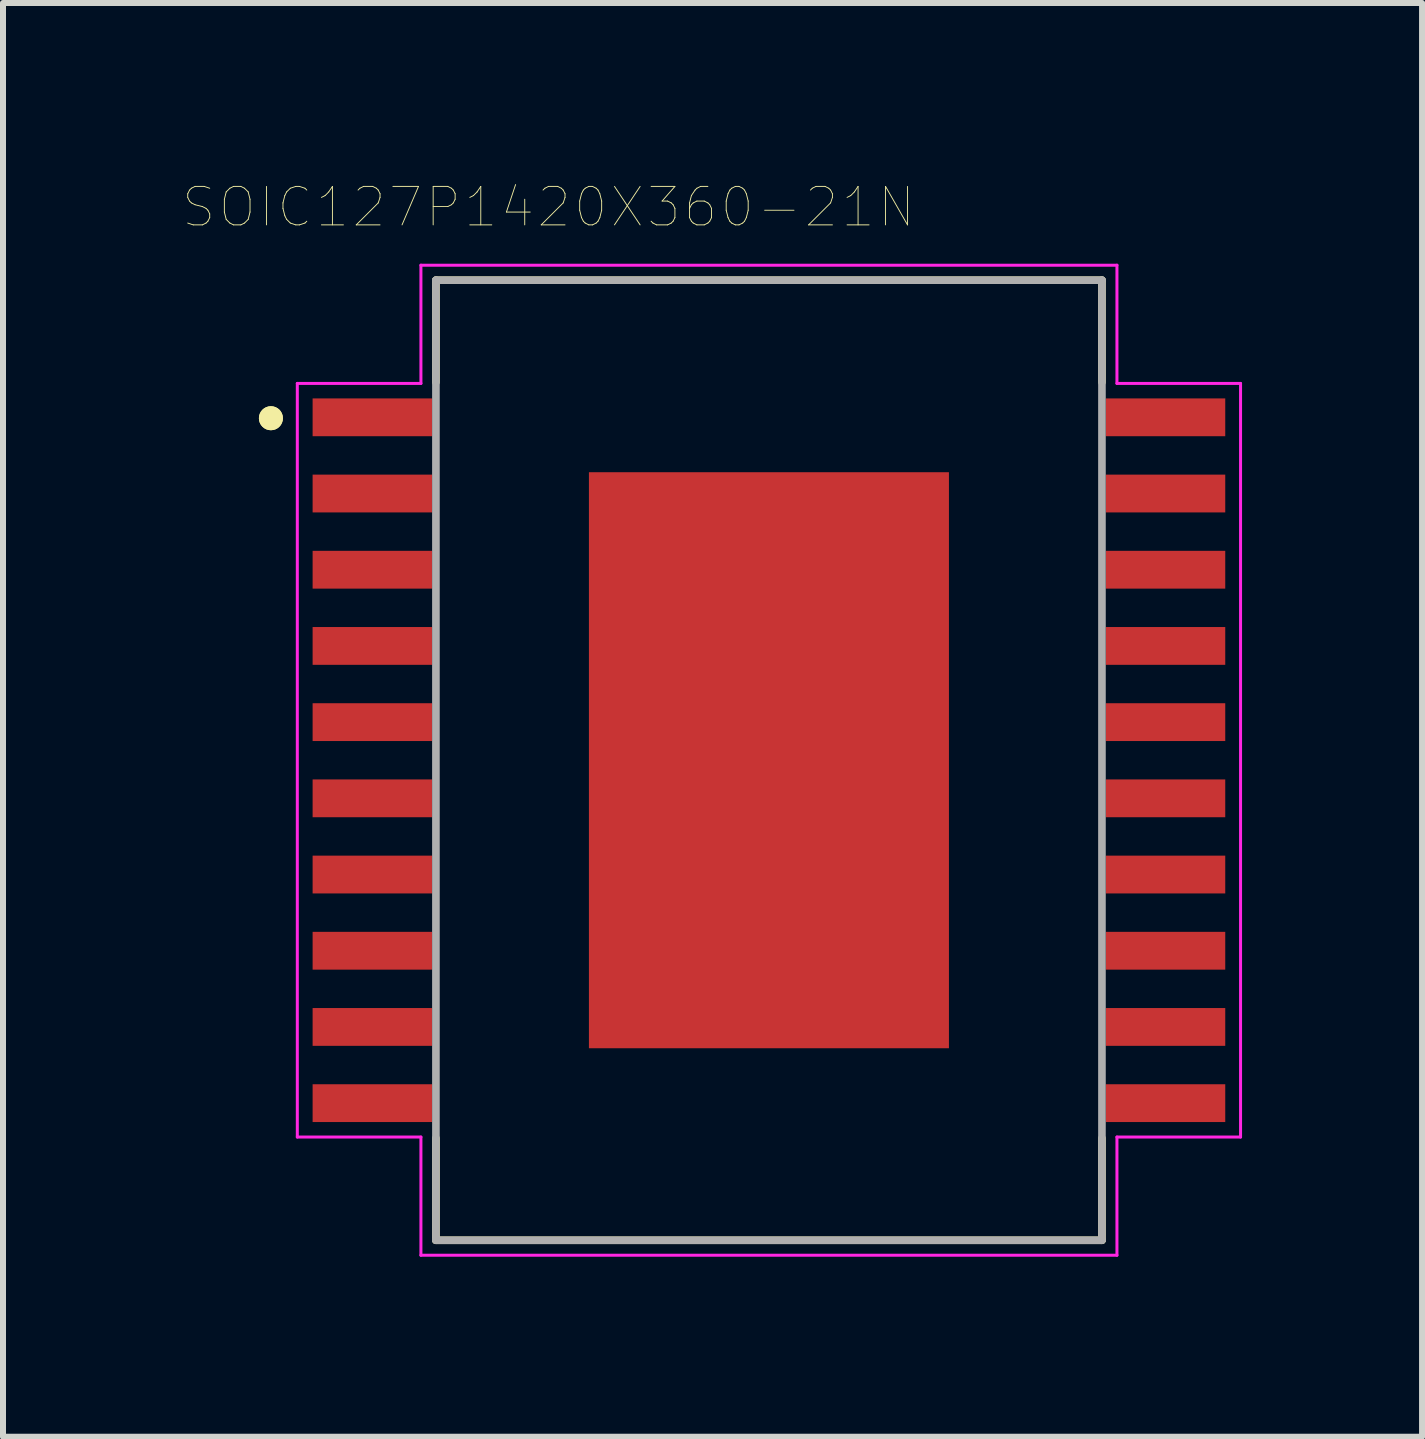
<source format=kicad_pcb>
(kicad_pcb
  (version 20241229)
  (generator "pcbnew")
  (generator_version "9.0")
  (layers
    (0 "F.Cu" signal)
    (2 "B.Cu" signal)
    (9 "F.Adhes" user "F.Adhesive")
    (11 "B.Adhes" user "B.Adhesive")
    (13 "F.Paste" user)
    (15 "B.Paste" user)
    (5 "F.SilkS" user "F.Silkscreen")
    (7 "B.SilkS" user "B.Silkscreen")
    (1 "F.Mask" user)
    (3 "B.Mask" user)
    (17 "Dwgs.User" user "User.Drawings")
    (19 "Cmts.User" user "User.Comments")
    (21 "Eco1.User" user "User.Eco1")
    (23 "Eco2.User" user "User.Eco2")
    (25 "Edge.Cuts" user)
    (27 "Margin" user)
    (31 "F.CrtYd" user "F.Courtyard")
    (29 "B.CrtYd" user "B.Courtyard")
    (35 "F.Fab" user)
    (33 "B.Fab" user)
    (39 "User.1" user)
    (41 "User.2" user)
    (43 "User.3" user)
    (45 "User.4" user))
  (footprint "SOIC127P1420X360-21N"
    (layer "F.Cu")
    (at 9.765 9.62)
    (property "Reference" "SOIC127P1420X360-21N" (at -3.673 -9.218 0) (layer "F.SilkS") (effects (font (size 0.641 0.641) (thickness 0.015))))
    (attr through_hole)
    (fp_line (start -5.55 -8) (end 5.55 -8) (stroke (width 0.127) (type solid)) (layer "F.SilkS"))
    (fp_line (start -5.55 -6.3) (end -5.55 -8) (stroke (width 0.127) (type solid)) (layer "F.SilkS"))
    (fp_line (start -5.55 6.3) (end -5.55 8) (stroke (width 0.127) (type solid)) (layer "F.SilkS"))
    (fp_line (start -5.55 8) (end 5.55 8) (stroke (width 0.127) (type solid)) (layer "F.SilkS"))
    (fp_line (start 5.55 -8) (end 5.55 -6.3) (stroke (width 0.127) (type solid)) (layer "F.SilkS"))
    (fp_line (start 5.55 8) (end 5.55 6.3) (stroke (width 0.127) (type solid)) (layer "F.SilkS"))
    (fp_circle (center -8.3 -5.7) (end -8.2 -5.7) (stroke (width 0.2) (type solid)) (fill no) (layer "F.SilkS"))
    (fp_circle (center -8.3 -5.7) (end -8.2 -5.7) (stroke (width 0.2) (type solid)) (fill no) (layer "F.SilkS"))
    (fp_poly (pts (xy -1.901 -3) (xy 1.9 -3) (xy 1.9 3.001) (xy -1.901 3.001)) (stroke (width 0.01) (type solid)) (fill yes) (layer "F.Paste"))
    (fp_line (start -7.86 -6.28) (end -5.8 -6.28) (stroke (width 0.05) (type solid)) (layer "F.CrtYd"))
    (fp_line (start -7.86 6.28) (end -7.86 -6.28) (stroke (width 0.05) (type solid)) (layer "F.CrtYd"))
    (fp_line (start -5.8 -8.25) (end 5.8 -8.25) (stroke (width 0.05) (type solid)) (layer "F.CrtYd"))
    (fp_line (start -5.8 -6.28) (end -5.8 -8.25) (stroke (width 0.05) (type solid)) (layer "F.CrtYd"))
    (fp_line (start -5.8 6.28) (end -7.86 6.28) (stroke (width 0.05) (type solid)) (layer "F.CrtYd"))
    (fp_line (start -5.8 8.25) (end -5.8 6.28) (stroke (width 0.05) (type solid)) (layer "F.CrtYd"))
    (fp_line (start 5.8 -8.25) (end 5.8 -6.28) (stroke (width 0.05) (type solid)) (layer "F.CrtYd"))
    (fp_line (start 5.8 -6.28) (end 7.86 -6.28) (stroke (width 0.05) (type solid)) (layer "F.CrtYd"))
    (fp_line (start 5.8 6.28) (end 5.8 8.25) (stroke (width 0.05) (type solid)) (layer "F.CrtYd"))
    (fp_line (start 5.8 8.25) (end -5.8 8.25) (stroke (width 0.05) (type solid)) (layer "F.CrtYd"))
    (fp_line (start 7.86 -6.28) (end 7.86 6.28) (stroke (width 0.05) (type solid)) (layer "F.CrtYd"))
    (fp_line (start 7.86 6.28) (end 5.8 6.28) (stroke (width 0.05) (type solid)) (layer "F.CrtYd"))
    (fp_line (start -5.55 -8) (end 5.55 -8) (stroke (width 0.127) (type solid)) (layer "F.Fab"))
    (fp_line (start -5.55 8) (end -5.55 -8) (stroke (width 0.127) (type solid)) (layer "F.Fab"))
    (fp_line (start 5.55 -8) (end 5.55 8) (stroke (width 0.127) (type solid)) (layer "F.Fab"))
    (fp_line (start 5.55 8) (end -5.55 8) (stroke (width 0.127) (type solid)) (layer "F.Fab"))
    (pad "1" smd rect (at -6.61 -5.715) (size 1.99 0.63) (layers "F.Cu" "F.Mask" "F.Paste"))
    (pad "2" smd rect (at -6.61 -4.445) (size 1.99 0.63) (layers "F.Cu" "F.Mask" "F.Paste"))
    (pad "3" smd rect (at -6.61 -3.175) (size 1.99 0.63) (layers "F.Cu" "F.Mask" "F.Paste"))
    (pad "4" smd rect (at -6.61 -1.905) (size 1.99 0.63) (layers "F.Cu" "F.Mask" "F.Paste"))
    (pad "5" smd rect (at -6.61 -0.635) (size 1.99 0.63) (layers "F.Cu" "F.Mask" "F.Paste"))
    (pad "6" smd rect (at -6.61 0.635) (size 1.99 0.63) (layers "F.Cu" "F.Mask" "F.Paste"))
    (pad "7" smd rect (at -6.61 1.905) (size 1.99 0.63) (layers "F.Cu" "F.Mask" "F.Paste"))
    (pad "8" smd rect (at -6.61 3.175) (size 1.99 0.63) (layers "F.Cu" "F.Mask" "F.Paste"))
    (pad "9" smd rect (at -6.61 4.445) (size 1.99 0.63) (layers "F.Cu" "F.Mask" "F.Paste"))
    (pad "10" smd rect (at -6.61 5.715) (size 1.99 0.63) (layers "F.Cu" "F.Mask" "F.Paste"))
    (pad "11" smd rect (at 6.61 5.715) (size 1.99 0.63) (layers "F.Cu" "F.Mask" "F.Paste"))
    (pad "12" smd rect (at 6.61 4.445) (size 1.99 0.63) (layers "F.Cu" "F.Mask" "F.Paste"))
    (pad "13" smd rect (at 6.61 3.175) (size 1.99 0.63) (layers "F.Cu" "F.Mask" "F.Paste"))
    (pad "14" smd rect (at 6.61 1.905) (size 1.99 0.63) (layers "F.Cu" "F.Mask" "F.Paste"))
    (pad "15" smd rect (at 6.61 0.635) (size 1.99 0.63) (layers "F.Cu" "F.Mask" "F.Paste"))
    (pad "16" smd rect (at 6.61 -0.635) (size 1.99 0.63) (layers "F.Cu" "F.Mask" "F.Paste"))
    (pad "17" smd rect (at 6.61 -1.905) (size 1.99 0.63) (layers "F.Cu" "F.Mask" "F.Paste"))
    (pad "18" smd rect (at 6.61 -3.175) (size 1.99 0.63) (layers "F.Cu" "F.Mask" "F.Paste"))
    (pad "19" smd rect (at 6.61 -4.445) (size 1.99 0.63) (layers "F.Cu" "F.Mask" "F.Paste"))
    (pad "20" smd rect (at 6.61 -5.715) (size 1.99 0.63) (layers "F.Cu" "F.Mask" "F.Paste"))
    (pad "21" smd rect (at 0 0) (size 6 9.6) (layers "F.Cu" "F.Mask")))
  (gr_rect
    (start -3 -3)
    (end 20.65 20.895)
    (stroke (width 0.1) (type default))
    (fill no)
    (layer "Edge.Cuts")))
</source>
